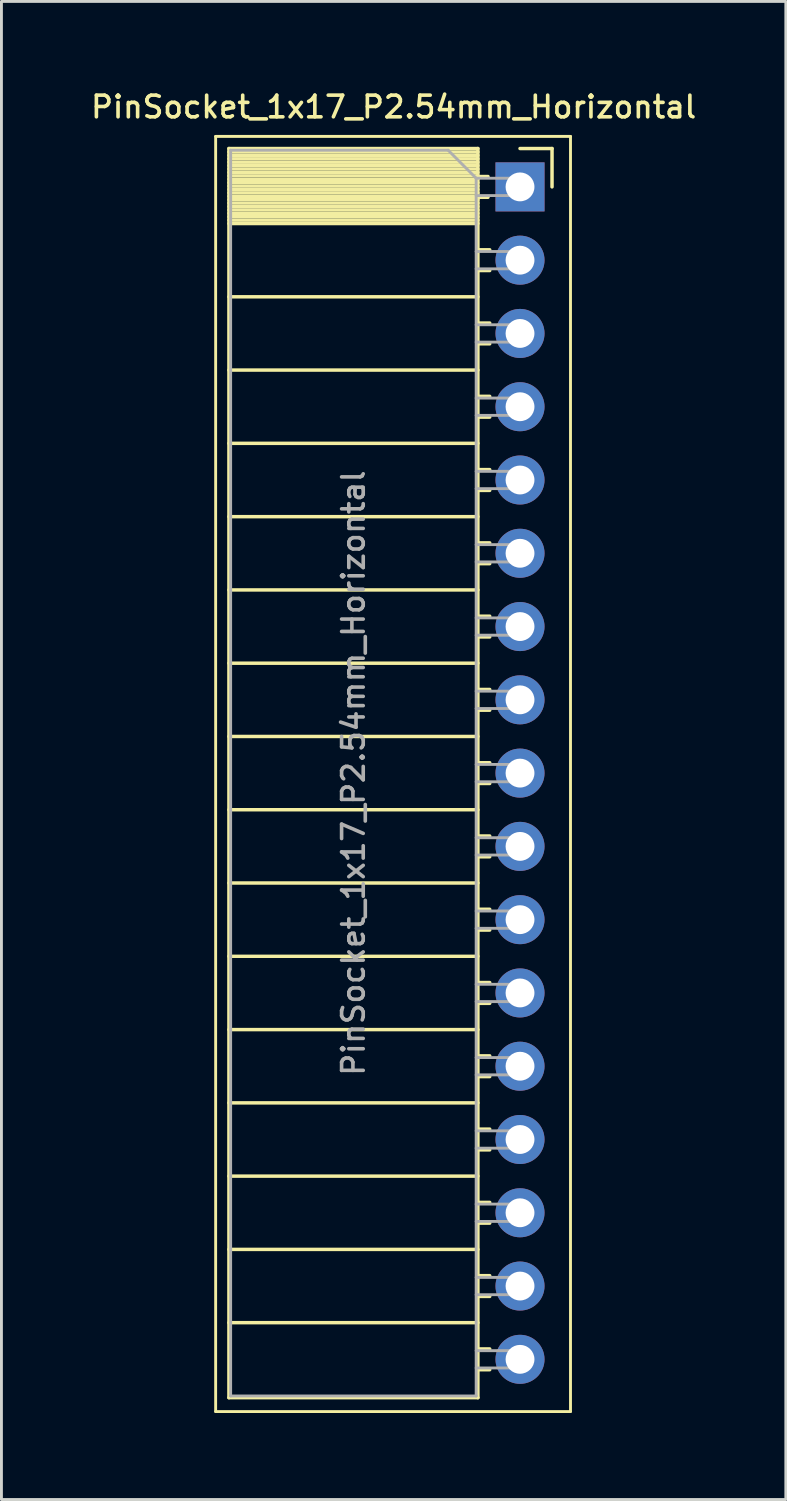
<source format=kicad_pcb>
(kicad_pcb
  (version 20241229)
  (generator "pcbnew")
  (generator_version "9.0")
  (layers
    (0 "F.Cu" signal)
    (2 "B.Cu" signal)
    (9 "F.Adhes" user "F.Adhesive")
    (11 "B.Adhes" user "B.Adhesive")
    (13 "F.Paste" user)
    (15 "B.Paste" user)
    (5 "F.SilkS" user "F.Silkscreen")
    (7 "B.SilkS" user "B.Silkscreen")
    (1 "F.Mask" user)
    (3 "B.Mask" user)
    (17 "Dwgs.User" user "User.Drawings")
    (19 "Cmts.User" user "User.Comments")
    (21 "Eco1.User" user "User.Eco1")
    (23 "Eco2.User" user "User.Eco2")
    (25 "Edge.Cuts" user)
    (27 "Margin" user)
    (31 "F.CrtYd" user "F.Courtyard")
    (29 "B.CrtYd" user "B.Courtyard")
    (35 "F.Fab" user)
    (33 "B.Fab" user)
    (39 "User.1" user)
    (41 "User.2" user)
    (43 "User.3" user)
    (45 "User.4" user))
  (footprint "PinSocket_1x17_P2.54mm_Horizontal"
    (layer "F.Cu")
    (at 14.975 3.428)
    (property "Reference" "PinSocket_1x17_P2.54mm_Horizontal" (at -4.38 -2.77 0) (layer "F.SilkS") (effects (font (size 0.75 0.75) (thickness 0.125))))
    (attr through_hole)
    (fp_line (start -10.55 -1.75) (end -10.55 42.45) (stroke (width 0.1) (type solid)) (layer "F.SilkS"))
    (fp_line (start -10.55 42.45) (end 1.75 42.45) (stroke (width 0.1) (type solid)) (layer "F.SilkS"))
    (fp_line (start -10.09 -1.33) (end -10.09 41.97) (stroke (width 0.12) (type solid)) (layer "F.SilkS"))
    (fp_line (start -10.09 -1.33) (end -1.46 -1.33) (stroke (width 0.12) (type solid)) (layer "F.SilkS"))
    (fp_line (start -10.09 -1.21) (end -1.46 -1.21) (stroke (width 0.12) (type solid)) (layer "F.SilkS"))
    (fp_line (start -10.09 -1.092) (end -1.46 -1.092) (stroke (width 0.12) (type solid)) (layer "F.SilkS"))
    (fp_line (start -10.09 -0.974) (end -1.46 -0.974) (stroke (width 0.12) (type solid)) (layer "F.SilkS"))
    (fp_line (start -10.09 -0.856) (end -1.46 -0.856) (stroke (width 0.12) (type solid)) (layer "F.SilkS"))
    (fp_line (start -10.09 -0.738) (end -1.46 -0.738) (stroke (width 0.12) (type solid)) (layer "F.SilkS"))
    (fp_line (start -10.09 -0.62) (end -1.46 -0.62) (stroke (width 0.12) (type solid)) (layer "F.SilkS"))
    (fp_line (start -10.09 -0.501) (end -1.46 -0.501) (stroke (width 0.12) (type solid)) (layer "F.SilkS"))
    (fp_line (start -10.09 -0.383) (end -1.46 -0.383) (stroke (width 0.12) (type solid)) (layer "F.SilkS"))
    (fp_line (start -10.09 -0.265) (end -1.46 -0.265) (stroke (width 0.12) (type solid)) (layer "F.SilkS"))
    (fp_line (start -10.09 -0.147) (end -1.46 -0.147) (stroke (width 0.12) (type solid)) (layer "F.SilkS"))
    (fp_line (start -10.09 -0.029) (end -1.46 -0.029) (stroke (width 0.12) (type solid)) (layer "F.SilkS"))
    (fp_line (start -10.09 0.089) (end -1.46 0.089) (stroke (width 0.12) (type solid)) (layer "F.SilkS"))
    (fp_line (start -10.09 0.207) (end -1.46 0.207) (stroke (width 0.12) (type solid)) (layer "F.SilkS"))
    (fp_line (start -10.09 0.325) (end -1.46 0.325) (stroke (width 0.12) (type solid)) (layer "F.SilkS"))
    (fp_line (start -10.09 0.443) (end -1.46 0.443) (stroke (width 0.12) (type solid)) (layer "F.SilkS"))
    (fp_line (start -10.09 0.561) (end -1.46 0.561) (stroke (width 0.12) (type solid)) (layer "F.SilkS"))
    (fp_line (start -10.09 0.68) (end -1.46 0.68) (stroke (width 0.12) (type solid)) (layer "F.SilkS"))
    (fp_line (start -10.09 0.798) (end -1.46 0.798) (stroke (width 0.12) (type solid)) (layer "F.SilkS"))
    (fp_line (start -10.09 0.916) (end -1.46 0.916) (stroke (width 0.12) (type solid)) (layer "F.SilkS"))
    (fp_line (start -10.09 1.034) (end -1.46 1.034) (stroke (width 0.12) (type solid)) (layer "F.SilkS"))
    (fp_line (start -10.09 1.152) (end -1.46 1.152) (stroke (width 0.12) (type solid)) (layer "F.SilkS"))
    (fp_line (start -10.09 1.27) (end -1.46 1.27) (stroke (width 0.12) (type solid)) (layer "F.SilkS"))
    (fp_line (start -10.09 3.81) (end -1.46 3.81) (stroke (width 0.12) (type solid)) (layer "F.SilkS"))
    (fp_line (start -10.09 6.35) (end -1.46 6.35) (stroke (width 0.12) (type solid)) (layer "F.SilkS"))
    (fp_line (start -10.09 8.89) (end -1.46 8.89) (stroke (width 0.12) (type solid)) (layer "F.SilkS"))
    (fp_line (start -10.09 11.43) (end -1.46 11.43) (stroke (width 0.12) (type solid)) (layer "F.SilkS"))
    (fp_line (start -10.09 13.97) (end -1.46 13.97) (stroke (width 0.12) (type solid)) (layer "F.SilkS"))
    (fp_line (start -10.09 16.51) (end -1.46 16.51) (stroke (width 0.12) (type solid)) (layer "F.SilkS"))
    (fp_line (start -10.09 19.05) (end -1.46 19.05) (stroke (width 0.12) (type solid)) (layer "F.SilkS"))
    (fp_line (start -10.09 21.59) (end -1.46 21.59) (stroke (width 0.12) (type solid)) (layer "F.SilkS"))
    (fp_line (start -10.09 24.13) (end -1.46 24.13) (stroke (width 0.12) (type solid)) (layer "F.SilkS"))
    (fp_line (start -10.09 26.67) (end -1.46 26.67) (stroke (width 0.12) (type solid)) (layer "F.SilkS"))
    (fp_line (start -10.09 29.21) (end -1.46 29.21) (stroke (width 0.12) (type solid)) (layer "F.SilkS"))
    (fp_line (start -10.09 31.75) (end -1.46 31.75) (stroke (width 0.12) (type solid)) (layer "F.SilkS"))
    (fp_line (start -10.09 34.29) (end -1.46 34.29) (stroke (width 0.12) (type solid)) (layer "F.SilkS"))
    (fp_line (start -10.09 36.83) (end -1.46 36.83) (stroke (width 0.12) (type solid)) (layer "F.SilkS"))
    (fp_line (start -10.09 39.37) (end -1.46 39.37) (stroke (width 0.12) (type solid)) (layer "F.SilkS"))
    (fp_line (start -10.09 41.97) (end -1.46 41.97) (stroke (width 0.12) (type solid)) (layer "F.SilkS"))
    (fp_line (start -1.46 -1.33) (end -1.46 41.97) (stroke (width 0.12) (type solid)) (layer "F.SilkS"))
    (fp_line (start -1.46 -0.36) (end -1.11 -0.36) (stroke (width 0.12) (type solid)) (layer "F.SilkS"))
    (fp_line (start -1.46 0.36) (end -1.11 0.36) (stroke (width 0.12) (type solid)) (layer "F.SilkS"))
    (fp_line (start -1.46 2.18) (end -1.05 2.18) (stroke (width 0.12) (type solid)) (layer "F.SilkS"))
    (fp_line (start -1.46 2.9) (end -1.05 2.9) (stroke (width 0.12) (type solid)) (layer "F.SilkS"))
    (fp_line (start -1.46 4.72) (end -1.05 4.72) (stroke (width 0.12) (type solid)) (layer "F.SilkS"))
    (fp_line (start -1.46 5.44) (end -1.05 5.44) (stroke (width 0.12) (type solid)) (layer "F.SilkS"))
    (fp_line (start -1.46 7.26) (end -1.05 7.26) (stroke (width 0.12) (type solid)) (layer "F.SilkS"))
    (fp_line (start -1.46 7.98) (end -1.05 7.98) (stroke (width 0.12) (type solid)) (layer "F.SilkS"))
    (fp_line (start -1.46 9.8) (end -1.05 9.8) (stroke (width 0.12) (type solid)) (layer "F.SilkS"))
    (fp_line (start -1.46 10.52) (end -1.05 10.52) (stroke (width 0.12) (type solid)) (layer "F.SilkS"))
    (fp_line (start -1.46 12.34) (end -1.05 12.34) (stroke (width 0.12) (type solid)) (layer "F.SilkS"))
    (fp_line (start -1.46 13.06) (end -1.05 13.06) (stroke (width 0.12) (type solid)) (layer "F.SilkS"))
    (fp_line (start -1.46 14.88) (end -1.05 14.88) (stroke (width 0.12) (type solid)) (layer "F.SilkS"))
    (fp_line (start -1.46 15.6) (end -1.05 15.6) (stroke (width 0.12) (type solid)) (layer "F.SilkS"))
    (fp_line (start -1.46 17.42) (end -1.05 17.42) (stroke (width 0.12) (type solid)) (layer "F.SilkS"))
    (fp_line (start -1.46 18.14) (end -1.05 18.14) (stroke (width 0.12) (type solid)) (layer "F.SilkS"))
    (fp_line (start -1.46 19.96) (end -1.05 19.96) (stroke (width 0.12) (type solid)) (layer "F.SilkS"))
    (fp_line (start -1.46 20.68) (end -1.05 20.68) (stroke (width 0.12) (type solid)) (layer "F.SilkS"))
    (fp_line (start -1.46 22.5) (end -1.05 22.5) (stroke (width 0.12) (type solid)) (layer "F.SilkS"))
    (fp_line (start -1.46 23.22) (end -1.05 23.22) (stroke (width 0.12) (type solid)) (layer "F.SilkS"))
    (fp_line (start -1.46 25.04) (end -1.05 25.04) (stroke (width 0.12) (type solid)) (layer "F.SilkS"))
    (fp_line (start -1.46 25.76) (end -1.05 25.76) (stroke (width 0.12) (type solid)) (layer "F.SilkS"))
    (fp_line (start -1.46 27.58) (end -1.05 27.58) (stroke (width 0.12) (type solid)) (layer "F.SilkS"))
    (fp_line (start -1.46 28.3) (end -1.05 28.3) (stroke (width 0.12) (type solid)) (layer "F.SilkS"))
    (fp_line (start -1.46 30.12) (end -1.05 30.12) (stroke (width 0.12) (type solid)) (layer "F.SilkS"))
    (fp_line (start -1.46 30.84) (end -1.05 30.84) (stroke (width 0.12) (type solid)) (layer "F.SilkS"))
    (fp_line (start -1.46 32.66) (end -1.05 32.66) (stroke (width 0.12) (type solid)) (layer "F.SilkS"))
    (fp_line (start -1.46 33.38) (end -1.05 33.38) (stroke (width 0.12) (type solid)) (layer "F.SilkS"))
    (fp_line (start -1.46 35.2) (end -1.05 35.2) (stroke (width 0.12) (type solid)) (layer "F.SilkS"))
    (fp_line (start -1.46 35.92) (end -1.05 35.92) (stroke (width 0.12) (type solid)) (layer "F.SilkS"))
    (fp_line (start -1.46 37.74) (end -1.05 37.74) (stroke (width 0.12) (type solid)) (layer "F.SilkS"))
    (fp_line (start -1.46 38.46) (end -1.05 38.46) (stroke (width 0.12) (type solid)) (layer "F.SilkS"))
    (fp_line (start -1.46 40.28) (end -1.05 40.28) (stroke (width 0.12) (type solid)) (layer "F.SilkS"))
    (fp_line (start -1.46 41) (end -1.05 41) (stroke (width 0.12) (type solid)) (layer "F.SilkS"))
    (fp_line (start 0 -1.33) (end 1.11 -1.33) (stroke (width 0.12) (type solid)) (layer "F.SilkS"))
    (fp_line (start 1.11 -1.33) (end 1.11 0) (stroke (width 0.12) (type solid)) (layer "F.SilkS"))
    (fp_line (start 1.75 -1.75) (end -10.55 -1.75) (stroke (width 0.1) (type solid)) (layer "F.SilkS"))
    (fp_line (start 1.75 42.45) (end 1.75 -1.75) (stroke (width 0.1) (type solid)) (layer "F.SilkS"))
    (fp_line (start -10.03 -1.27) (end -2.49 -1.27) (stroke (width 0.1) (type solid)) (layer "F.Fab"))
    (fp_line (start -10.03 41.91) (end -10.03 -1.27) (stroke (width 0.1) (type solid)) (layer "F.Fab"))
    (fp_line (start -2.49 -1.27) (end -1.52 -0.3) (stroke (width 0.1) (type solid)) (layer "F.Fab"))
    (fp_line (start -1.52 -0.3) (end -1.52 41.91) (stroke (width 0.1) (type solid)) (layer "F.Fab"))
    (fp_line (start -1.52 0.3) (end 0 0.3) (stroke (width 0.1) (type solid)) (layer "F.Fab"))
    (fp_line (start -1.52 2.84) (end 0 2.84) (stroke (width 0.1) (type solid)) (layer "F.Fab"))
    (fp_line (start -1.52 5.38) (end 0 5.38) (stroke (width 0.1) (type solid)) (layer "F.Fab"))
    (fp_line (start -1.52 7.92) (end 0 7.92) (stroke (width 0.1) (type solid)) (layer "F.Fab"))
    (fp_line (start -1.52 10.46) (end 0 10.46) (stroke (width 0.1) (type solid)) (layer "F.Fab"))
    (fp_line (start -1.52 13) (end 0 13) (stroke (width 0.1) (type solid)) (layer "F.Fab"))
    (fp_line (start -1.52 15.54) (end 0 15.54) (stroke (width 0.1) (type solid)) (layer "F.Fab"))
    (fp_line (start -1.52 18.08) (end 0 18.08) (stroke (width 0.1) (type solid)) (layer "F.Fab"))
    (fp_line (start -1.52 20.62) (end 0 20.62) (stroke (width 0.1) (type solid)) (layer "F.Fab"))
    (fp_line (start -1.52 23.16) (end 0 23.16) (stroke (width 0.1) (type solid)) (layer "F.Fab"))
    (fp_line (start -1.52 25.7) (end 0 25.7) (stroke (width 0.1) (type solid)) (layer "F.Fab"))
    (fp_line (start -1.52 28.24) (end 0 28.24) (stroke (width 0.1) (type solid)) (layer "F.Fab"))
    (fp_line (start -1.52 30.78) (end 0 30.78) (stroke (width 0.1) (type solid)) (layer "F.Fab"))
    (fp_line (start -1.52 33.32) (end 0 33.32) (stroke (width 0.1) (type solid)) (layer "F.Fab"))
    (fp_line (start -1.52 35.86) (end 0 35.86) (stroke (width 0.1) (type solid)) (layer "F.Fab"))
    (fp_line (start -1.52 38.4) (end 0 38.4) (stroke (width 0.1) (type solid)) (layer "F.Fab"))
    (fp_line (start -1.52 40.94) (end 0 40.94) (stroke (width 0.1) (type solid)) (layer "F.Fab"))
    (fp_line (start -1.52 41.91) (end -10.03 41.91) (stroke (width 0.1) (type solid)) (layer "F.Fab"))
    (fp_line (start 0 -0.3) (end -1.52 -0.3) (stroke (width 0.1) (type solid)) (layer "F.Fab"))
    (fp_line (start 0 0.3) (end 0 -0.3) (stroke (width 0.1) (type solid)) (layer "F.Fab"))
    (fp_line (start 0 2.24) (end -1.52 2.24) (stroke (width 0.1) (type solid)) (layer "F.Fab"))
    (fp_line (start 0 2.84) (end 0 2.24) (stroke (width 0.1) (type solid)) (layer "F.Fab"))
    (fp_line (start 0 4.78) (end -1.52 4.78) (stroke (width 0.1) (type solid)) (layer "F.Fab"))
    (fp_line (start 0 5.38) (end 0 4.78) (stroke (width 0.1) (type solid)) (layer "F.Fab"))
    (fp_line (start 0 7.32) (end -1.52 7.32) (stroke (width 0.1) (type solid)) (layer "F.Fab"))
    (fp_line (start 0 7.92) (end 0 7.32) (stroke (width 0.1) (type solid)) (layer "F.Fab"))
    (fp_line (start 0 9.86) (end -1.52 9.86) (stroke (width 0.1) (type solid)) (layer "F.Fab"))
    (fp_line (start 0 10.46) (end 0 9.86) (stroke (width 0.1) (type solid)) (layer "F.Fab"))
    (fp_line (start 0 12.4) (end -1.52 12.4) (stroke (width 0.1) (type solid)) (layer "F.Fab"))
    (fp_line (start 0 13) (end 0 12.4) (stroke (width 0.1) (type solid)) (layer "F.Fab"))
    (fp_line (start 0 14.94) (end -1.52 14.94) (stroke (width 0.1) (type solid)) (layer "F.Fab"))
    (fp_line (start 0 15.54) (end 0 14.94) (stroke (width 0.1) (type solid)) (layer "F.Fab"))
    (fp_line (start 0 17.48) (end -1.52 17.48) (stroke (width 0.1) (type solid)) (layer "F.Fab"))
    (fp_line (start 0 18.08) (end 0 17.48) (stroke (width 0.1) (type solid)) (layer "F.Fab"))
    (fp_line (start 0 20.02) (end -1.52 20.02) (stroke (width 0.1) (type solid)) (layer "F.Fab"))
    (fp_line (start 0 20.62) (end 0 20.02) (stroke (width 0.1) (type solid)) (layer "F.Fab"))
    (fp_line (start 0 22.56) (end -1.52 22.56) (stroke (width 0.1) (type solid)) (layer "F.Fab"))
    (fp_line (start 0 23.16) (end 0 22.56) (stroke (width 0.1) (type solid)) (layer "F.Fab"))
    (fp_line (start 0 25.1) (end -1.52 25.1) (stroke (width 0.1) (type solid)) (layer "F.Fab"))
    (fp_line (start 0 25.7) (end 0 25.1) (stroke (width 0.1) (type solid)) (layer "F.Fab"))
    (fp_line (start 0 27.64) (end -1.52 27.64) (stroke (width 0.1) (type solid)) (layer "F.Fab"))
    (fp_line (start 0 28.24) (end 0 27.64) (stroke (width 0.1) (type solid)) (layer "F.Fab"))
    (fp_line (start 0 30.18) (end -1.52 30.18) (stroke (width 0.1) (type solid)) (layer "F.Fab"))
    (fp_line (start 0 30.78) (end 0 30.18) (stroke (width 0.1) (type solid)) (layer "F.Fab"))
    (fp_line (start 0 32.72) (end -1.52 32.72) (stroke (width 0.1) (type solid)) (layer "F.Fab"))
    (fp_line (start 0 33.32) (end 0 32.72) (stroke (width 0.1) (type solid)) (layer "F.Fab"))
    (fp_line (start 0 35.26) (end -1.52 35.26) (stroke (width 0.1) (type solid)) (layer "F.Fab"))
    (fp_line (start 0 35.86) (end 0 35.26) (stroke (width 0.1) (type solid)) (layer "F.Fab"))
    (fp_line (start 0 37.8) (end -1.52 37.8) (stroke (width 0.1) (type solid)) (layer "F.Fab"))
    (fp_line (start 0 38.4) (end 0 37.8) (stroke (width 0.1) (type solid)) (layer "F.Fab"))
    (fp_line (start 0 40.34) (end -1.52 40.34) (stroke (width 0.1) (type solid)) (layer "F.Fab"))
    (fp_line (start 0 40.94) (end 0 40.34) (stroke (width 0.1) (type solid)) (layer "F.Fab"))
    (fp_text user "${REFERENCE}" (at -5.775 20.32 90) (layer "F.Fab") (effects (font (size 0.75 0.75) (thickness 0.125))))
    (pad "1" thru_hole rect (at 0 0) (size 1.7 1.7) (drill 1) (layers "*.Cu" "*.Mask"))
    (pad "2" thru_hole oval (at 0 2.54) (size 1.7 1.7) (drill 1) (layers "*.Cu" "*.Mask"))
    (pad "3" thru_hole oval (at 0 5.08) (size 1.7 1.7) (drill 1) (layers "*.Cu" "*.Mask"))
    (pad "4" thru_hole oval (at 0 7.62) (size 1.7 1.7) (drill 1) (layers "*.Cu" "*.Mask"))
    (pad "5" thru_hole oval (at 0 10.16) (size 1.7 1.7) (drill 1) (layers "*.Cu" "*.Mask"))
    (pad "6" thru_hole oval (at 0 12.7) (size 1.7 1.7) (drill 1) (layers "*.Cu" "*.Mask"))
    (pad "7" thru_hole oval (at 0 15.24) (size 1.7 1.7) (drill 1) (layers "*.Cu" "*.Mask"))
    (pad "8" thru_hole oval (at 0 17.78) (size 1.7 1.7) (drill 1) (layers "*.Cu" "*.Mask"))
    (pad "9" thru_hole oval (at 0 20.32) (size 1.7 1.7) (drill 1) (layers "*.Cu" "*.Mask"))
    (pad "10" thru_hole oval (at 0 22.86) (size 1.7 1.7) (drill 1) (layers "*.Cu" "*.Mask"))
    (pad "11" thru_hole oval (at 0 25.4) (size 1.7 1.7) (drill 1) (layers "*.Cu" "*.Mask"))
    (pad "12" thru_hole oval (at 0 27.94) (size 1.7 1.7) (drill 1) (layers "*.Cu" "*.Mask"))
    (pad "13" thru_hole oval (at 0 30.48) (size 1.7 1.7) (drill 1) (layers "*.Cu" "*.Mask"))
    (pad "14" thru_hole oval (at 0 33.02) (size 1.7 1.7) (drill 1) (layers "*.Cu" "*.Mask"))
    (pad "15" thru_hole oval (at 0 35.56) (size 1.7 1.7) (drill 1) (layers "*.Cu" "*.Mask"))
    (pad "16" thru_hole oval (at 0 38.1) (size 1.7 1.7) (drill 1) (layers "*.Cu" "*.Mask"))
    (pad "17" thru_hole oval (at 0 40.64) (size 1.7 1.7) (drill 1) (layers "*.Cu" "*.Mask")))
  (gr_rect
    (start -3 -3)
    (end 24.189 48.928)
    (stroke (width 0.1) (type default))
    (fill no)
    (layer "Edge.Cuts")))
</source>
